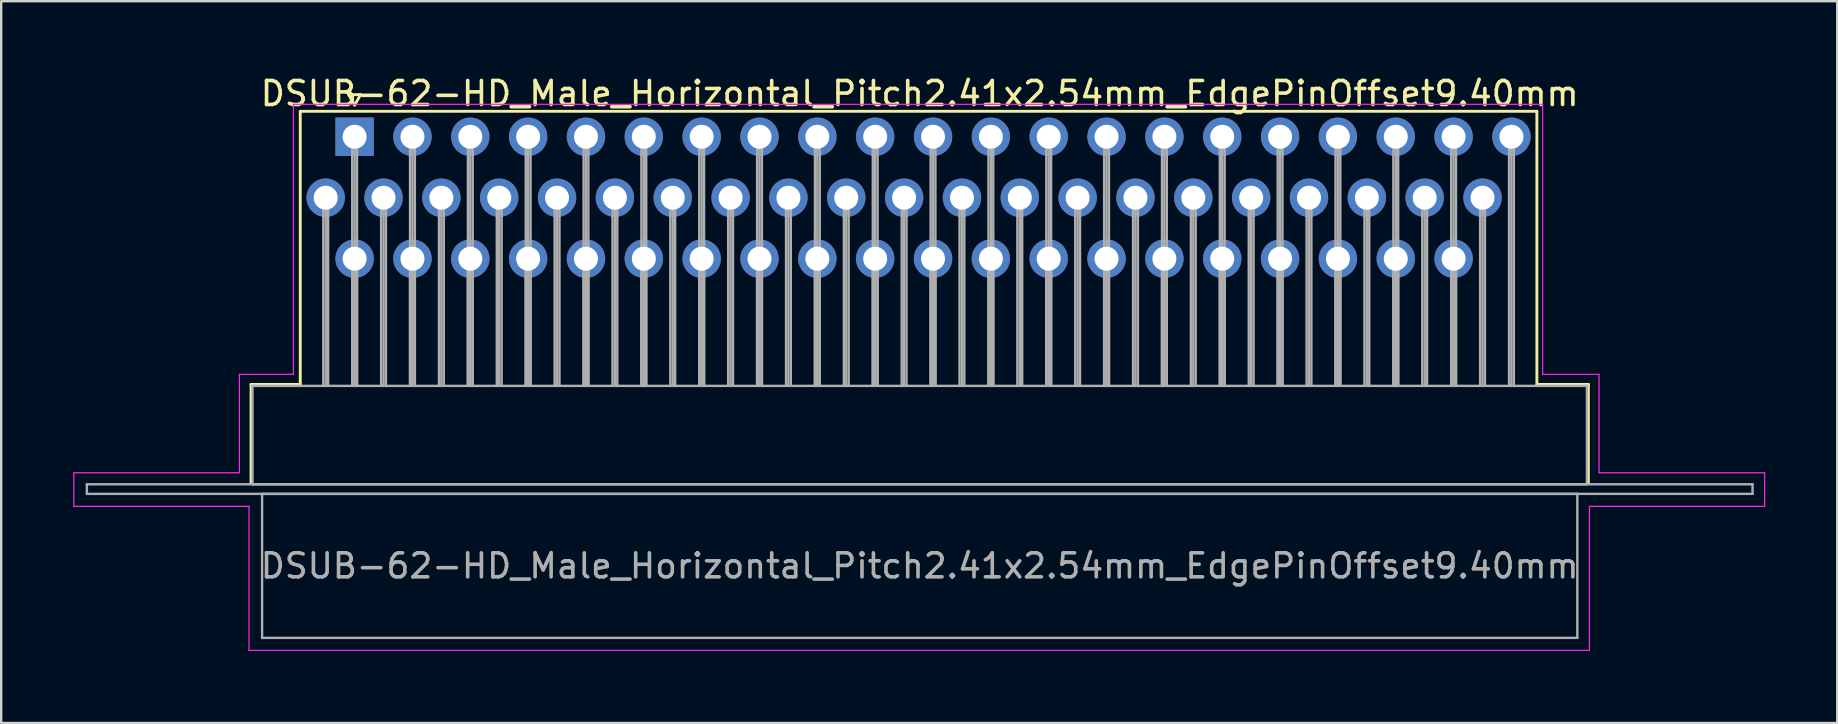
<source format=kicad_pcb>
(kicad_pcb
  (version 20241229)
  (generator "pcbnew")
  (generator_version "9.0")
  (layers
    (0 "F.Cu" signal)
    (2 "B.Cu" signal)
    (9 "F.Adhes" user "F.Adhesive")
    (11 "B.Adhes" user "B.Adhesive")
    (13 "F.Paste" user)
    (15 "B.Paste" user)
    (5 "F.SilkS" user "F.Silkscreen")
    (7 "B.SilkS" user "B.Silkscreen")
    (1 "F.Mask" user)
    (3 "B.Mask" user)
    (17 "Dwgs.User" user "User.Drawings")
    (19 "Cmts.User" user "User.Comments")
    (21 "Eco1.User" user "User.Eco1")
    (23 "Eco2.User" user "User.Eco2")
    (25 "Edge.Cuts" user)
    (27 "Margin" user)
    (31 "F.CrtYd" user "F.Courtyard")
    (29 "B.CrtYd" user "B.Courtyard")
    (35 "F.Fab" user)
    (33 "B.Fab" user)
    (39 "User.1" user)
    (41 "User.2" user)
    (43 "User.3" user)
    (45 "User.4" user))
  (footprint "DSUB-62-HD_Male_Horizontal_Pitch2.41x2.54mm_EdgePinOffset9.40mm"
    (layer "F.Cu")
    (at 11.725 2.648)
    (property "Reference" "DSUB-62-HD_Male_Horizontal_Pitch2.41x2.54mm_EdgePinOffset9.40mm" (at 23.545 -1.8 0) (layer "F.SilkS") (effects (font (size 1 1) (thickness 0.15))))
    (attr through_hole)
    (fp_line (start -4.315 10.32) (end -2.265 10.32) (stroke (width 0.12) (type solid)) (layer "F.SilkS"))
    (fp_line (start -4.315 14.42) (end -4.315 10.32) (stroke (width 0.12) (type solid)) (layer "F.SilkS"))
    (fp_line (start -2.265 -1.06) (end 49.26 -1.06) (stroke (width 0.12) (type solid)) (layer "F.SilkS"))
    (fp_line (start -2.265 10.32) (end -2.265 -1.06) (stroke (width 0.12) (type solid)) (layer "F.SilkS"))
    (fp_line (start -0.25 -1.754) (end 0.25 -1.754) (stroke (width 0.12) (type solid)) (layer "F.SilkS"))
    (fp_line (start 0 -1.321) (end -0.25 -1.754) (stroke (width 0.12) (type solid)) (layer "F.SilkS"))
    (fp_line (start 0.25 -1.754) (end 0 -1.321) (stroke (width 0.12) (type solid)) (layer "F.SilkS"))
    (fp_line (start 49.26 -1.06) (end 49.26 10.32) (stroke (width 0.12) (type solid)) (layer "F.SilkS"))
    (fp_line (start 49.26 10.32) (end 51.405 10.32) (stroke (width 0.12) (type solid)) (layer "F.SilkS"))
    (fp_line (start 51.405 10.32) (end 51.405 14.42) (stroke (width 0.12) (type solid)) (layer "F.SilkS"))
    (fp_line (start -11.7 14) (end -4.8 14) (stroke (width 0.05) (type solid)) (layer "F.CrtYd"))
    (fp_line (start -11.7 15.4) (end -11.7 14) (stroke (width 0.05) (type solid)) (layer "F.CrtYd"))
    (fp_line (start -4.8 9.9) (end -2.55 9.9) (stroke (width 0.05) (type solid)) (layer "F.CrtYd"))
    (fp_line (start -4.8 14) (end -4.8 9.9) (stroke (width 0.05) (type solid)) (layer "F.CrtYd"))
    (fp_line (start -4.4 15.4) (end -11.7 15.4) (stroke (width 0.05) (type solid)) (layer "F.CrtYd"))
    (fp_line (start -4.4 21.4) (end -4.4 15.4) (stroke (width 0.05) (type solid)) (layer "F.CrtYd"))
    (fp_line (start -2.55 -1.35) (end 49.5 -1.35) (stroke (width 0.05) (type solid)) (layer "F.CrtYd"))
    (fp_line (start -2.55 9.9) (end -2.55 -1.35) (stroke (width 0.05) (type solid)) (layer "F.CrtYd"))
    (fp_line (start 49.5 -1.35) (end 49.5 9.9) (stroke (width 0.05) (type solid)) (layer "F.CrtYd"))
    (fp_line (start 49.5 9.9) (end 51.85 9.9) (stroke (width 0.05) (type solid)) (layer "F.CrtYd"))
    (fp_line (start 51.45 15.4) (end 51.45 21.4) (stroke (width 0.05) (type solid)) (layer "F.CrtYd"))
    (fp_line (start 51.45 21.4) (end -4.4 21.4) (stroke (width 0.05) (type solid)) (layer "F.CrtYd"))
    (fp_line (start 51.85 9.9) (end 51.85 14) (stroke (width 0.05) (type solid)) (layer "F.CrtYd"))
    (fp_line (start 51.85 14) (end 58.75 14) (stroke (width 0.05) (type solid)) (layer "F.CrtYd"))
    (fp_line (start 58.75 14) (end 58.75 15.4) (stroke (width 0.05) (type solid)) (layer "F.CrtYd"))
    (fp_line (start 58.75 15.4) (end 51.45 15.4) (stroke (width 0.05) (type solid)) (layer "F.CrtYd"))
    (fp_line (start -11.155 14.48) (end -11.155 14.88) (stroke (width 0.1) (type solid)) (layer "F.Fab"))
    (fp_line (start -11.155 14.88) (end 58.245 14.88) (stroke (width 0.1) (type solid)) (layer "F.Fab"))
    (fp_line (start -4.255 10.38) (end -4.255 14.48) (stroke (width 0.1) (type solid)) (layer "F.Fab"))
    (fp_line (start -4.255 14.48) (end 51.345 14.48) (stroke (width 0.1) (type solid)) (layer "F.Fab"))
    (fp_line (start -3.855 14.88) (end -3.855 20.88) (stroke (width 0.1) (type solid)) (layer "F.Fab"))
    (fp_line (start -3.855 20.88) (end 50.945 20.88) (stroke (width 0.1) (type solid)) (layer "F.Fab"))
    (fp_line (start -1.305 2.54) (end -1.305 10.38) (stroke (width 0.1) (type solid)) (layer "F.Fab"))
    (fp_line (start -1.205 2.54) (end -1.205 10.38) (stroke (width 0.1) (type solid)) (layer "F.Fab"))
    (fp_line (start -1.105 2.54) (end -1.105 10.38) (stroke (width 0.1) (type solid)) (layer "F.Fab"))
    (fp_line (start -0.1 0) (end -0.1 10.38) (stroke (width 0.1) (type solid)) (layer "F.Fab"))
    (fp_line (start -0.1 5.08) (end -0.1 10.38) (stroke (width 0.1) (type solid)) (layer "F.Fab"))
    (fp_line (start 0 0) (end 0 10.38) (stroke (width 0.1) (type solid)) (layer "F.Fab"))
    (fp_line (start 0 5.08) (end 0 10.38) (stroke (width 0.1) (type solid)) (layer "F.Fab"))
    (fp_line (start 0.1 0) (end 0.1 10.38) (stroke (width 0.1) (type solid)) (layer "F.Fab"))
    (fp_line (start 0.1 5.08) (end 0.1 10.38) (stroke (width 0.1) (type solid)) (layer "F.Fab"))
    (fp_line (start 1.105 2.54) (end 1.105 10.38) (stroke (width 0.1) (type solid)) (layer "F.Fab"))
    (fp_line (start 1.205 2.54) (end 1.205 10.38) (stroke (width 0.1) (type solid)) (layer "F.Fab"))
    (fp_line (start 1.305 2.54) (end 1.305 10.38) (stroke (width 0.1) (type solid)) (layer "F.Fab"))
    (fp_line (start 2.31 0) (end 2.31 10.38) (stroke (width 0.1) (type solid)) (layer "F.Fab"))
    (fp_line (start 2.31 5.08) (end 2.31 10.38) (stroke (width 0.1) (type solid)) (layer "F.Fab"))
    (fp_line (start 2.41 0) (end 2.41 10.38) (stroke (width 0.1) (type solid)) (layer "F.Fab"))
    (fp_line (start 2.41 5.08) (end 2.41 10.38) (stroke (width 0.1) (type solid)) (layer "F.Fab"))
    (fp_line (start 2.51 0) (end 2.51 10.38) (stroke (width 0.1) (type solid)) (layer "F.Fab"))
    (fp_line (start 2.51 5.08) (end 2.51 10.38) (stroke (width 0.1) (type solid)) (layer "F.Fab"))
    (fp_line (start 3.515 2.54) (end 3.515 10.38) (stroke (width 0.1) (type solid)) (layer "F.Fab"))
    (fp_line (start 3.615 2.54) (end 3.615 10.38) (stroke (width 0.1) (type solid)) (layer "F.Fab"))
    (fp_line (start 3.715 2.54) (end 3.715 10.38) (stroke (width 0.1) (type solid)) (layer "F.Fab"))
    (fp_line (start 4.72 0) (end 4.72 10.38) (stroke (width 0.1) (type solid)) (layer "F.Fab"))
    (fp_line (start 4.72 5.08) (end 4.72 10.38) (stroke (width 0.1) (type solid)) (layer "F.Fab"))
    (fp_line (start 4.82 0) (end 4.82 10.38) (stroke (width 0.1) (type solid)) (layer "F.Fab"))
    (fp_line (start 4.82 5.08) (end 4.82 10.38) (stroke (width 0.1) (type solid)) (layer "F.Fab"))
    (fp_line (start 4.92 0) (end 4.92 10.38) (stroke (width 0.1) (type solid)) (layer "F.Fab"))
    (fp_line (start 4.92 5.08) (end 4.92 10.38) (stroke (width 0.1) (type solid)) (layer "F.Fab"))
    (fp_line (start 5.925 2.54) (end 5.925 10.38) (stroke (width 0.1) (type solid)) (layer "F.Fab"))
    (fp_line (start 6.025 2.54) (end 6.025 10.38) (stroke (width 0.1) (type solid)) (layer "F.Fab"))
    (fp_line (start 6.125 2.54) (end 6.125 10.38) (stroke (width 0.1) (type solid)) (layer "F.Fab"))
    (fp_line (start 7.13 0) (end 7.13 10.38) (stroke (width 0.1) (type solid)) (layer "F.Fab"))
    (fp_line (start 7.13 5.08) (end 7.13 10.38) (stroke (width 0.1) (type solid)) (layer "F.Fab"))
    (fp_line (start 7.23 0) (end 7.23 10.38) (stroke (width 0.1) (type solid)) (layer "F.Fab"))
    (fp_line (start 7.23 5.08) (end 7.23 10.38) (stroke (width 0.1) (type solid)) (layer "F.Fab"))
    (fp_line (start 7.33 0) (end 7.33 10.38) (stroke (width 0.1) (type solid)) (layer "F.Fab"))
    (fp_line (start 7.33 5.08) (end 7.33 10.38) (stroke (width 0.1) (type solid)) (layer "F.Fab"))
    (fp_line (start 8.335 2.54) (end 8.335 10.38) (stroke (width 0.1) (type solid)) (layer "F.Fab"))
    (fp_line (start 8.435 2.54) (end 8.435 10.38) (stroke (width 0.1) (type solid)) (layer "F.Fab"))
    (fp_line (start 8.535 2.54) (end 8.535 10.38) (stroke (width 0.1) (type solid)) (layer "F.Fab"))
    (fp_line (start 9.54 0) (end 9.54 10.38) (stroke (width 0.1) (type solid)) (layer "F.Fab"))
    (fp_line (start 9.54 5.08) (end 9.54 10.38) (stroke (width 0.1) (type solid)) (layer "F.Fab"))
    (fp_line (start 9.64 0) (end 9.64 10.38) (stroke (width 0.1) (type solid)) (layer "F.Fab"))
    (fp_line (start 9.64 5.08) (end 9.64 10.38) (stroke (width 0.1) (type solid)) (layer "F.Fab"))
    (fp_line (start 9.74 0) (end 9.74 10.38) (stroke (width 0.1) (type solid)) (layer "F.Fab"))
    (fp_line (start 9.74 5.08) (end 9.74 10.38) (stroke (width 0.1) (type solid)) (layer "F.Fab"))
    (fp_line (start 10.745 2.54) (end 10.745 10.38) (stroke (width 0.1) (type solid)) (layer "F.Fab"))
    (fp_line (start 10.845 2.54) (end 10.845 10.38) (stroke (width 0.1) (type solid)) (layer "F.Fab"))
    (fp_line (start 10.945 2.54) (end 10.945 10.38) (stroke (width 0.1) (type solid)) (layer "F.Fab"))
    (fp_line (start 11.95 0) (end 11.95 10.38) (stroke (width 0.1) (type solid)) (layer "F.Fab"))
    (fp_line (start 11.95 5.08) (end 11.95 10.38) (stroke (width 0.1) (type solid)) (layer "F.Fab"))
    (fp_line (start 12.05 0) (end 12.05 10.38) (stroke (width 0.1) (type solid)) (layer "F.Fab"))
    (fp_line (start 12.05 5.08) (end 12.05 10.38) (stroke (width 0.1) (type solid)) (layer "F.Fab"))
    (fp_line (start 12.15 0) (end 12.15 10.38) (stroke (width 0.1) (type solid)) (layer "F.Fab"))
    (fp_line (start 12.15 5.08) (end 12.15 10.38) (stroke (width 0.1) (type solid)) (layer "F.Fab"))
    (fp_line (start 13.155 2.54) (end 13.155 10.38) (stroke (width 0.1) (type solid)) (layer "F.Fab"))
    (fp_line (start 13.255 2.54) (end 13.255 10.38) (stroke (width 0.1) (type solid)) (layer "F.Fab"))
    (fp_line (start 13.355 2.54) (end 13.355 10.38) (stroke (width 0.1) (type solid)) (layer "F.Fab"))
    (fp_line (start 14.36 0) (end 14.36 10.38) (stroke (width 0.1) (type solid)) (layer "F.Fab"))
    (fp_line (start 14.36 5.08) (end 14.36 10.38) (stroke (width 0.1) (type solid)) (layer "F.Fab"))
    (fp_line (start 14.46 0) (end 14.46 10.38) (stroke (width 0.1) (type solid)) (layer "F.Fab"))
    (fp_line (start 14.46 5.08) (end 14.46 10.38) (stroke (width 0.1) (type solid)) (layer "F.Fab"))
    (fp_line (start 14.56 0) (end 14.56 10.38) (stroke (width 0.1) (type solid)) (layer "F.Fab"))
    (fp_line (start 14.56 5.08) (end 14.56 10.38) (stroke (width 0.1) (type solid)) (layer "F.Fab"))
    (fp_line (start 15.565 2.54) (end 15.565 10.38) (stroke (width 0.1) (type solid)) (layer "F.Fab"))
    (fp_line (start 15.665 2.54) (end 15.665 10.38) (stroke (width 0.1) (type solid)) (layer "F.Fab"))
    (fp_line (start 15.765 2.54) (end 15.765 10.38) (stroke (width 0.1) (type solid)) (layer "F.Fab"))
    (fp_line (start 16.77 0) (end 16.77 10.38) (stroke (width 0.1) (type solid)) (layer "F.Fab"))
    (fp_line (start 16.77 5.08) (end 16.77 10.38) (stroke (width 0.1) (type solid)) (layer "F.Fab"))
    (fp_line (start 16.87 0) (end 16.87 10.38) (stroke (width 0.1) (type solid)) (layer "F.Fab"))
    (fp_line (start 16.87 5.08) (end 16.87 10.38) (stroke (width 0.1) (type solid)) (layer "F.Fab"))
    (fp_line (start 16.97 0) (end 16.97 10.38) (stroke (width 0.1) (type solid)) (layer "F.Fab"))
    (fp_line (start 16.97 5.08) (end 16.97 10.38) (stroke (width 0.1) (type solid)) (layer "F.Fab"))
    (fp_line (start 17.975 2.54) (end 17.975 10.38) (stroke (width 0.1) (type solid)) (layer "F.Fab"))
    (fp_line (start 18.075 2.54) (end 18.075 10.38) (stroke (width 0.1) (type solid)) (layer "F.Fab"))
    (fp_line (start 18.175 2.54) (end 18.175 10.38) (stroke (width 0.1) (type solid)) (layer "F.Fab"))
    (fp_line (start 19.18 0) (end 19.18 10.38) (stroke (width 0.1) (type solid)) (layer "F.Fab"))
    (fp_line (start 19.18 5.08) (end 19.18 10.38) (stroke (width 0.1) (type solid)) (layer "F.Fab"))
    (fp_line (start 19.28 0) (end 19.28 10.38) (stroke (width 0.1) (type solid)) (layer "F.Fab"))
    (fp_line (start 19.28 5.08) (end 19.28 10.38) (stroke (width 0.1) (type solid)) (layer "F.Fab"))
    (fp_line (start 19.38 0) (end 19.38 10.38) (stroke (width 0.1) (type solid)) (layer "F.Fab"))
    (fp_line (start 19.38 5.08) (end 19.38 10.38) (stroke (width 0.1) (type solid)) (layer "F.Fab"))
    (fp_line (start 20.385 2.54) (end 20.385 10.38) (stroke (width 0.1) (type solid)) (layer "F.Fab"))
    (fp_line (start 20.485 2.54) (end 20.485 10.38) (stroke (width 0.1) (type solid)) (layer "F.Fab"))
    (fp_line (start 20.585 2.54) (end 20.585 10.38) (stroke (width 0.1) (type solid)) (layer "F.Fab"))
    (fp_line (start 21.59 0) (end 21.59 10.38) (stroke (width 0.1) (type solid)) (layer "F.Fab"))
    (fp_line (start 21.59 5.08) (end 21.59 10.38) (stroke (width 0.1) (type solid)) (layer "F.Fab"))
    (fp_line (start 21.69 0) (end 21.69 10.38) (stroke (width 0.1) (type solid)) (layer "F.Fab"))
    (fp_line (start 21.69 5.08) (end 21.69 10.38) (stroke (width 0.1) (type solid)) (layer "F.Fab"))
    (fp_line (start 21.79 0) (end 21.79 10.38) (stroke (width 0.1) (type solid)) (layer "F.Fab"))
    (fp_line (start 21.79 5.08) (end 21.79 10.38) (stroke (width 0.1) (type solid)) (layer "F.Fab"))
    (fp_line (start 22.795 2.54) (end 22.795 10.38) (stroke (width 0.1) (type solid)) (layer "F.Fab"))
    (fp_line (start 22.895 2.54) (end 22.895 10.38) (stroke (width 0.1) (type solid)) (layer "F.Fab"))
    (fp_line (start 22.995 2.54) (end 22.995 10.38) (stroke (width 0.1) (type solid)) (layer "F.Fab"))
    (fp_line (start 24 0) (end 24 10.38) (stroke (width 0.1) (type solid)) (layer "F.Fab"))
    (fp_line (start 24 5.08) (end 24 10.38) (stroke (width 0.1) (type solid)) (layer "F.Fab"))
    (fp_line (start 24.1 0) (end 24.1 10.38) (stroke (width 0.1) (type solid)) (layer "F.Fab"))
    (fp_line (start 24.1 5.08) (end 24.1 10.38) (stroke (width 0.1) (type solid)) (layer "F.Fab"))
    (fp_line (start 24.2 0) (end 24.2 10.38) (stroke (width 0.1) (type solid)) (layer "F.Fab"))
    (fp_line (start 24.2 5.08) (end 24.2 10.38) (stroke (width 0.1) (type solid)) (layer "F.Fab"))
    (fp_line (start 25.205 2.54) (end 25.205 10.38) (stroke (width 0.1) (type solid)) (layer "F.Fab"))
    (fp_line (start 25.305 2.54) (end 25.305 10.38) (stroke (width 0.1) (type solid)) (layer "F.Fab"))
    (fp_line (start 25.405 2.54) (end 25.405 10.38) (stroke (width 0.1) (type solid)) (layer "F.Fab"))
    (fp_line (start 26.41 0) (end 26.41 10.38) (stroke (width 0.1) (type solid)) (layer "F.Fab"))
    (fp_line (start 26.41 5.08) (end 26.41 10.38) (stroke (width 0.1) (type solid)) (layer "F.Fab"))
    (fp_line (start 26.51 0) (end 26.51 10.38) (stroke (width 0.1) (type solid)) (layer "F.Fab"))
    (fp_line (start 26.51 5.08) (end 26.51 10.38) (stroke (width 0.1) (type solid)) (layer "F.Fab"))
    (fp_line (start 26.61 0) (end 26.61 10.38) (stroke (width 0.1) (type solid)) (layer "F.Fab"))
    (fp_line (start 26.61 5.08) (end 26.61 10.38) (stroke (width 0.1) (type solid)) (layer "F.Fab"))
    (fp_line (start 27.615 2.54) (end 27.615 10.38) (stroke (width 0.1) (type solid)) (layer "F.Fab"))
    (fp_line (start 27.715 2.54) (end 27.715 10.38) (stroke (width 0.1) (type solid)) (layer "F.Fab"))
    (fp_line (start 27.815 2.54) (end 27.815 10.38) (stroke (width 0.1) (type solid)) (layer "F.Fab"))
    (fp_line (start 28.82 0) (end 28.82 10.38) (stroke (width 0.1) (type solid)) (layer "F.Fab"))
    (fp_line (start 28.82 5.08) (end 28.82 10.38) (stroke (width 0.1) (type solid)) (layer "F.Fab"))
    (fp_line (start 28.92 0) (end 28.92 10.38) (stroke (width 0.1) (type solid)) (layer "F.Fab"))
    (fp_line (start 28.92 5.08) (end 28.92 10.38) (stroke (width 0.1) (type solid)) (layer "F.Fab"))
    (fp_line (start 29.02 0) (end 29.02 10.38) (stroke (width 0.1) (type solid)) (layer "F.Fab"))
    (fp_line (start 29.02 5.08) (end 29.02 10.38) (stroke (width 0.1) (type solid)) (layer "F.Fab"))
    (fp_line (start 30.025 2.54) (end 30.025 10.38) (stroke (width 0.1) (type solid)) (layer "F.Fab"))
    (fp_line (start 30.125 2.54) (end 30.125 10.38) (stroke (width 0.1) (type solid)) (layer "F.Fab"))
    (fp_line (start 30.225 2.54) (end 30.225 10.38) (stroke (width 0.1) (type solid)) (layer "F.Fab"))
    (fp_line (start 31.23 0) (end 31.23 10.38) (stroke (width 0.1) (type solid)) (layer "F.Fab"))
    (fp_line (start 31.23 5.08) (end 31.23 10.38) (stroke (width 0.1) (type solid)) (layer "F.Fab"))
    (fp_line (start 31.33 0) (end 31.33 10.38) (stroke (width 0.1) (type solid)) (layer "F.Fab"))
    (fp_line (start 31.33 5.08) (end 31.33 10.38) (stroke (width 0.1) (type solid)) (layer "F.Fab"))
    (fp_line (start 31.43 0) (end 31.43 10.38) (stroke (width 0.1) (type solid)) (layer "F.Fab"))
    (fp_line (start 31.43 5.08) (end 31.43 10.38) (stroke (width 0.1) (type solid)) (layer "F.Fab"))
    (fp_line (start 32.435 2.54) (end 32.435 10.38) (stroke (width 0.1) (type solid)) (layer "F.Fab"))
    (fp_line (start 32.535 2.54) (end 32.535 10.38) (stroke (width 0.1) (type solid)) (layer "F.Fab"))
    (fp_line (start 32.635 2.54) (end 32.635 10.38) (stroke (width 0.1) (type solid)) (layer "F.Fab"))
    (fp_line (start 33.64 0) (end 33.64 10.38) (stroke (width 0.1) (type solid)) (layer "F.Fab"))
    (fp_line (start 33.64 5.08) (end 33.64 10.38) (stroke (width 0.1) (type solid)) (layer "F.Fab"))
    (fp_line (start 33.74 0) (end 33.74 10.38) (stroke (width 0.1) (type solid)) (layer "F.Fab"))
    (fp_line (start 33.74 5.08) (end 33.74 10.38) (stroke (width 0.1) (type solid)) (layer "F.Fab"))
    (fp_line (start 33.84 0) (end 33.84 10.38) (stroke (width 0.1) (type solid)) (layer "F.Fab"))
    (fp_line (start 33.84 5.08) (end 33.84 10.38) (stroke (width 0.1) (type solid)) (layer "F.Fab"))
    (fp_line (start 34.845 2.54) (end 34.845 10.38) (stroke (width 0.1) (type solid)) (layer "F.Fab"))
    (fp_line (start 34.945 2.54) (end 34.945 10.38) (stroke (width 0.1) (type solid)) (layer "F.Fab"))
    (fp_line (start 35.045 2.54) (end 35.045 10.38) (stroke (width 0.1) (type solid)) (layer "F.Fab"))
    (fp_line (start 36.05 0) (end 36.05 10.38) (stroke (width 0.1) (type solid)) (layer "F.Fab"))
    (fp_line (start 36.05 5.08) (end 36.05 10.38) (stroke (width 0.1) (type solid)) (layer "F.Fab"))
    (fp_line (start 36.15 0) (end 36.15 10.38) (stroke (width 0.1) (type solid)) (layer "F.Fab"))
    (fp_line (start 36.15 5.08) (end 36.15 10.38) (stroke (width 0.1) (type solid)) (layer "F.Fab"))
    (fp_line (start 36.25 0) (end 36.25 10.38) (stroke (width 0.1) (type solid)) (layer "F.Fab"))
    (fp_line (start 36.25 5.08) (end 36.25 10.38) (stroke (width 0.1) (type solid)) (layer "F.Fab"))
    (fp_line (start 37.255 2.54) (end 37.255 10.38) (stroke (width 0.1) (type solid)) (layer "F.Fab"))
    (fp_line (start 37.355 2.54) (end 37.355 10.38) (stroke (width 0.1) (type solid)) (layer "F.Fab"))
    (fp_line (start 37.455 2.54) (end 37.455 10.38) (stroke (width 0.1) (type solid)) (layer "F.Fab"))
    (fp_line (start 38.46 0) (end 38.46 10.38) (stroke (width 0.1) (type solid)) (layer "F.Fab"))
    (fp_line (start 38.46 5.08) (end 38.46 10.38) (stroke (width 0.1) (type solid)) (layer "F.Fab"))
    (fp_line (start 38.56 0) (end 38.56 10.38) (stroke (width 0.1) (type solid)) (layer "F.Fab"))
    (fp_line (start 38.56 5.08) (end 38.56 10.38) (stroke (width 0.1) (type solid)) (layer "F.Fab"))
    (fp_line (start 38.66 0) (end 38.66 10.38) (stroke (width 0.1) (type solid)) (layer "F.Fab"))
    (fp_line (start 38.66 5.08) (end 38.66 10.38) (stroke (width 0.1) (type solid)) (layer "F.Fab"))
    (fp_line (start 39.665 2.54) (end 39.665 10.38) (stroke (width 0.1) (type solid)) (layer "F.Fab"))
    (fp_line (start 39.765 2.54) (end 39.765 10.38) (stroke (width 0.1) (type solid)) (layer "F.Fab"))
    (fp_line (start 39.865 2.54) (end 39.865 10.38) (stroke (width 0.1) (type solid)) (layer "F.Fab"))
    (fp_line (start 40.87 0) (end 40.87 10.38) (stroke (width 0.1) (type solid)) (layer "F.Fab"))
    (fp_line (start 40.87 5.08) (end 40.87 10.38) (stroke (width 0.1) (type solid)) (layer "F.Fab"))
    (fp_line (start 40.97 0) (end 40.97 10.38) (stroke (width 0.1) (type solid)) (layer "F.Fab"))
    (fp_line (start 40.97 5.08) (end 40.97 10.38) (stroke (width 0.1) (type solid)) (layer "F.Fab"))
    (fp_line (start 41.07 0) (end 41.07 10.38) (stroke (width 0.1) (type solid)) (layer "F.Fab"))
    (fp_line (start 41.07 5.08) (end 41.07 10.38) (stroke (width 0.1) (type solid)) (layer "F.Fab"))
    (fp_line (start 42.075 2.54) (end 42.075 10.38) (stroke (width 0.1) (type solid)) (layer "F.Fab"))
    (fp_line (start 42.175 2.54) (end 42.175 10.38) (stroke (width 0.1) (type solid)) (layer "F.Fab"))
    (fp_line (start 42.275 2.54) (end 42.275 10.38) (stroke (width 0.1) (type solid)) (layer "F.Fab"))
    (fp_line (start 43.28 0) (end 43.28 10.38) (stroke (width 0.1) (type solid)) (layer "F.Fab"))
    (fp_line (start 43.28 5.08) (end 43.28 10.38) (stroke (width 0.1) (type solid)) (layer "F.Fab"))
    (fp_line (start 43.38 0) (end 43.38 10.38) (stroke (width 0.1) (type solid)) (layer "F.Fab"))
    (fp_line (start 43.38 5.08) (end 43.38 10.38) (stroke (width 0.1) (type solid)) (layer "F.Fab"))
    (fp_line (start 43.48 0) (end 43.48 10.38) (stroke (width 0.1) (type solid)) (layer "F.Fab"))
    (fp_line (start 43.48 5.08) (end 43.48 10.38) (stroke (width 0.1) (type solid)) (layer "F.Fab"))
    (fp_line (start 44.485 2.54) (end 44.485 10.38) (stroke (width 0.1) (type solid)) (layer "F.Fab"))
    (fp_line (start 44.585 2.54) (end 44.585 10.38) (stroke (width 0.1) (type solid)) (layer "F.Fab"))
    (fp_line (start 44.685 2.54) (end 44.685 10.38) (stroke (width 0.1) (type solid)) (layer "F.Fab"))
    (fp_line (start 45.69 0) (end 45.69 10.38) (stroke (width 0.1) (type solid)) (layer "F.Fab"))
    (fp_line (start 45.69 5.08) (end 45.69 10.38) (stroke (width 0.1) (type solid)) (layer "F.Fab"))
    (fp_line (start 45.79 0) (end 45.79 10.38) (stroke (width 0.1) (type solid)) (layer "F.Fab"))
    (fp_line (start 45.79 5.08) (end 45.79 10.38) (stroke (width 0.1) (type solid)) (layer "F.Fab"))
    (fp_line (start 45.89 0) (end 45.89 10.38) (stroke (width 0.1) (type solid)) (layer "F.Fab"))
    (fp_line (start 45.89 5.08) (end 45.89 10.38) (stroke (width 0.1) (type solid)) (layer "F.Fab"))
    (fp_line (start 46.895 2.54) (end 46.895 10.38) (stroke (width 0.1) (type solid)) (layer "F.Fab"))
    (fp_line (start 46.995 2.54) (end 46.995 10.38) (stroke (width 0.1) (type solid)) (layer "F.Fab"))
    (fp_line (start 47.095 2.54) (end 47.095 10.38) (stroke (width 0.1) (type solid)) (layer "F.Fab"))
    (fp_line (start 48.1 0) (end 48.1 10.38) (stroke (width 0.1) (type solid)) (layer "F.Fab"))
    (fp_line (start 48.2 0) (end 48.2 10.38) (stroke (width 0.1) (type solid)) (layer "F.Fab"))
    (fp_line (start 48.3 0) (end 48.3 10.38) (stroke (width 0.1) (type solid)) (layer "F.Fab"))
    (fp_line (start 50.945 14.88) (end -3.855 14.88) (stroke (width 0.1) (type solid)) (layer "F.Fab"))
    (fp_line (start 50.945 20.88) (end 50.945 14.88) (stroke (width 0.1) (type solid)) (layer "F.Fab"))
    (fp_line (start 51.345 10.38) (end -4.255 10.38) (stroke (width 0.1) (type solid)) (layer "F.Fab"))
    (fp_line (start 51.345 14.48) (end 51.345 10.38) (stroke (width 0.1) (type solid)) (layer "F.Fab"))
    (fp_line (start 58.245 14.48) (end -11.155 14.48) (stroke (width 0.1) (type solid)) (layer "F.Fab"))
    (fp_line (start 58.245 14.88) (end 58.245 14.48) (stroke (width 0.1) (type solid)) (layer "F.Fab"))
    (fp_text user "${REFERENCE}" (at 23.545 17.88 0) (layer "F.Fab") (effects (font (size 1 1) (thickness 0.15))))
    (pad "1" thru_hole rect (at 0 0) (size 1.6 1.6) (drill 1) (layers "*.Cu" "*.Mask"))
    (pad "2" thru_hole circle (at 2.41 0) (size 1.6 1.6) (drill 1) (layers "*.Cu" "*.Mask"))
    (pad "3" thru_hole circle (at 4.82 0) (size 1.6 1.6) (drill 1) (layers "*.Cu" "*.Mask"))
    (pad "4" thru_hole circle (at 7.23 0) (size 1.6 1.6) (drill 1) (layers "*.Cu" "*.Mask"))
    (pad "5" thru_hole circle (at 9.64 0) (size 1.6 1.6) (drill 1) (layers "*.Cu" "*.Mask"))
    (pad "6" thru_hole circle (at 12.05 0) (size 1.6 1.6) (drill 1) (layers "*.Cu" "*.Mask"))
    (pad "7" thru_hole circle (at 14.46 0) (size 1.6 1.6) (drill 1) (layers "*.Cu" "*.Mask"))
    (pad "8" thru_hole circle (at 16.87 0) (size 1.6 1.6) (drill 1) (layers "*.Cu" "*.Mask"))
    (pad "9" thru_hole circle (at 19.28 0) (size 1.6 1.6) (drill 1) (layers "*.Cu" "*.Mask"))
    (pad "10" thru_hole circle (at 21.69 0) (size 1.6 1.6) (drill 1) (layers "*.Cu" "*.Mask"))
    (pad "11" thru_hole circle (at 24.1 0) (size 1.6 1.6) (drill 1) (layers "*.Cu" "*.Mask"))
    (pad "12" thru_hole circle (at 26.51 0) (size 1.6 1.6) (drill 1) (layers "*.Cu" "*.Mask"))
    (pad "13" thru_hole circle (at 28.92 0) (size 1.6 1.6) (drill 1) (layers "*.Cu" "*.Mask"))
    (pad "14" thru_hole circle (at 31.33 0) (size 1.6 1.6) (drill 1) (layers "*.Cu" "*.Mask"))
    (pad "15" thru_hole circle (at 33.74 0) (size 1.6 1.6) (drill 1) (layers "*.Cu" "*.Mask"))
    (pad "16" thru_hole circle (at 36.15 0) (size 1.6 1.6) (drill 1) (layers "*.Cu" "*.Mask"))
    (pad "17" thru_hole circle (at 38.56 0) (size 1.6 1.6) (drill 1) (layers "*.Cu" "*.Mask"))
    (pad "18" thru_hole circle (at 40.97 0) (size 1.6 1.6) (drill 1) (layers "*.Cu" "*.Mask"))
    (pad "19" thru_hole circle (at 43.38 0) (size 1.6 1.6) (drill 1) (layers "*.Cu" "*.Mask"))
    (pad "20" thru_hole circle (at 45.79 0) (size 1.6 1.6) (drill 1) (layers "*.Cu" "*.Mask"))
    (pad "21" thru_hole circle (at 48.2 0) (size 1.6 1.6) (drill 1) (layers "*.Cu" "*.Mask"))
    (pad "22" thru_hole circle (at -1.205 2.54) (size 1.6 1.6) (drill 1) (layers "*.Cu" "*.Mask"))
    (pad "23" thru_hole circle (at 1.205 2.54) (size 1.6 1.6) (drill 1) (layers "*.Cu" "*.Mask"))
    (pad "24" thru_hole circle (at 3.615 2.54) (size 1.6 1.6) (drill 1) (layers "*.Cu" "*.Mask"))
    (pad "25" thru_hole circle (at 6.025 2.54) (size 1.6 1.6) (drill 1) (layers "*.Cu" "*.Mask"))
    (pad "26" thru_hole circle (at 8.435 2.54) (size 1.6 1.6) (drill 1) (layers "*.Cu" "*.Mask"))
    (pad "27" thru_hole circle (at 10.845 2.54) (size 1.6 1.6) (drill 1) (layers "*.Cu" "*.Mask"))
    (pad "28" thru_hole circle (at 13.255 2.54) (size 1.6 1.6) (drill 1) (layers "*.Cu" "*.Mask"))
    (pad "29" thru_hole circle (at 15.665 2.54) (size 1.6 1.6) (drill 1) (layers "*.Cu" "*.Mask"))
    (pad "30" thru_hole circle (at 18.075 2.54) (size 1.6 1.6) (drill 1) (layers "*.Cu" "*.Mask"))
    (pad "31" thru_hole circle (at 20.485 2.54) (size 1.6 1.6) (drill 1) (layers "*.Cu" "*.Mask"))
    (pad "32" thru_hole circle (at 22.895 2.54) (size 1.6 1.6) (drill 1) (layers "*.Cu" "*.Mask"))
    (pad "33" thru_hole circle (at 25.305 2.54) (size 1.6 1.6) (drill 1) (layers "*.Cu" "*.Mask"))
    (pad "34" thru_hole circle (at 27.715 2.54) (size 1.6 1.6) (drill 1) (layers "*.Cu" "*.Mask"))
    (pad "35" thru_hole circle (at 30.125 2.54) (size 1.6 1.6) (drill 1) (layers "*.Cu" "*.Mask"))
    (pad "36" thru_hole circle (at 32.535 2.54) (size 1.6 1.6) (drill 1) (layers "*.Cu" "*.Mask"))
    (pad "37" thru_hole circle (at 34.945 2.54) (size 1.6 1.6) (drill 1) (layers "*.Cu" "*.Mask"))
    (pad "38" thru_hole circle (at 37.355 2.54) (size 1.6 1.6) (drill 1) (layers "*.Cu" "*.Mask"))
    (pad "39" thru_hole circle (at 39.765 2.54) (size 1.6 1.6) (drill 1) (layers "*.Cu" "*.Mask"))
    (pad "40" thru_hole circle (at 42.175 2.54) (size 1.6 1.6) (drill 1) (layers "*.Cu" "*.Mask"))
    (pad "41" thru_hole circle (at 44.585 2.54) (size 1.6 1.6) (drill 1) (layers "*.Cu" "*.Mask"))
    (pad "42" thru_hole circle (at 46.995 2.54) (size 1.6 1.6) (drill 1) (layers "*.Cu" "*.Mask"))
    (pad "43" thru_hole circle (at 0 5.08) (size 1.6 1.6) (drill 1) (layers "*.Cu" "*.Mask"))
    (pad "44" thru_hole circle (at 2.41 5.08) (size 1.6 1.6) (drill 1) (layers "*.Cu" "*.Mask"))
    (pad "45" thru_hole circle (at 4.82 5.08) (size 1.6 1.6) (drill 1) (layers "*.Cu" "*.Mask"))
    (pad "46" thru_hole circle (at 7.23 5.08) (size 1.6 1.6) (drill 1) (layers "*.Cu" "*.Mask"))
    (pad "47" thru_hole circle (at 9.64 5.08) (size 1.6 1.6) (drill 1) (layers "*.Cu" "*.Mask"))
    (pad "48" thru_hole circle (at 12.05 5.08) (size 1.6 1.6) (drill 1) (layers "*.Cu" "*.Mask"))
    (pad "49" thru_hole circle (at 14.46 5.08) (size 1.6 1.6) (drill 1) (layers "*.Cu" "*.Mask"))
    (pad "50" thru_hole circle (at 16.87 5.08) (size 1.6 1.6) (drill 1) (layers "*.Cu" "*.Mask"))
    (pad "51" thru_hole circle (at 19.28 5.08) (size 1.6 1.6) (drill 1) (layers "*.Cu" "*.Mask"))
    (pad "52" thru_hole circle (at 21.69 5.08) (size 1.6 1.6) (drill 1) (layers "*.Cu" "*.Mask"))
    (pad "53" thru_hole circle (at 24.1 5.08) (size 1.6 1.6) (drill 1) (layers "*.Cu" "*.Mask"))
    (pad "54" thru_hole circle (at 26.51 5.08) (size 1.6 1.6) (drill 1) (layers "*.Cu" "*.Mask"))
    (pad "55" thru_hole circle (at 28.92 5.08) (size 1.6 1.6) (drill 1) (layers "*.Cu" "*.Mask"))
    (pad "56" thru_hole circle (at 31.33 5.08) (size 1.6 1.6) (drill 1) (layers "*.Cu" "*.Mask"))
    (pad "57" thru_hole circle (at 33.74 5.08) (size 1.6 1.6) (drill 1) (layers "*.Cu" "*.Mask"))
    (pad "58" thru_hole circle (at 36.15 5.08) (size 1.6 1.6) (drill 1) (layers "*.Cu" "*.Mask"))
    (pad "59" thru_hole circle (at 38.56 5.08) (size 1.6 1.6) (drill 1) (layers "*.Cu" "*.Mask"))
    (pad "60" thru_hole circle (at 40.97 5.08) (size 1.6 1.6) (drill 1) (layers "*.Cu" "*.Mask"))
    (pad "61" thru_hole circle (at 43.38 5.08) (size 1.6 1.6) (drill 1) (layers "*.Cu" "*.Mask"))
    (pad "62" thru_hole circle (at 45.79 5.08) (size 1.6 1.6) (drill 1) (layers "*.Cu" "*.Mask")))
  (gr_rect
    (start -3 -3)
    (end 73.5 27.073)
    (stroke (width 0.1) (type default))
    (fill no)
    (layer "Edge.Cuts")))
</source>
